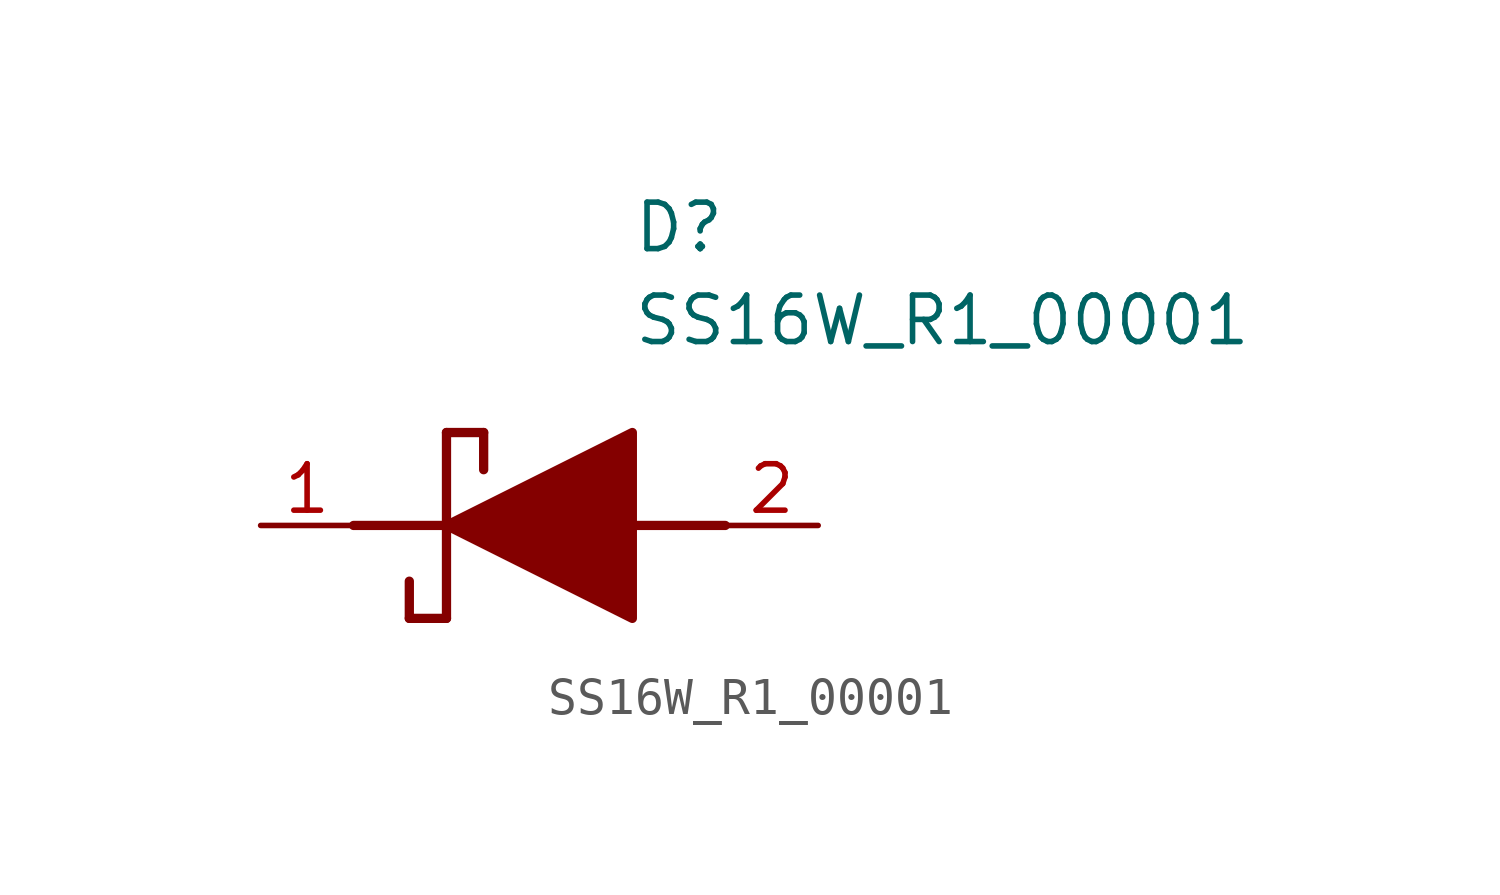
<source format=kicad_sym>
(kicad_symbol_lib
  (version 20211014)
  (generator SamacSys_ECAD_Model)
  (symbol "SS16W_R1_00001"
    (pin_names hide)
    (property "Reference" "D"
      (at 12.7 8.89 0)
      (effects (font (size 1.27 1.27)) (justify left top)))
    (property "Value" "SS16W_R1_00001"
      (at 12.7 6.35 0)
      (effects (font (size 1.27 1.27)) (justify left top)))
    (polyline
      (pts (xy 7.62 2.54) (xy 7.62 -2.54))
      (stroke (width 0.254) (type default))
      (fill (type none)))
    (polyline
      (pts (xy 7.62 2.54) (xy 8.636 2.54))
      (stroke (width 0.254) (type default))
      (fill (type none)))
    (polyline
      (pts (xy 8.636 1.524) (xy 8.636 2.54))
      (stroke (width 0.254) (type default))
      (fill (type none)))
    (polyline
      (pts (xy 7.62 -2.54) (xy 6.604 -2.54))
      (stroke (width 0.254) (type default))
      (fill (type none)))
    (polyline
      (pts (xy 6.604 -1.524) (xy 6.604 -2.54))
      (stroke (width 0.254) (type default))
      (fill (type none)))
    (polyline
      (pts (xy 5.08 0) (xy 7.62 0))
      (stroke (width 0.254) (type default))
      (fill (type none)))
    (polyline
      (pts (xy 12.7 0) (xy 15.24 0))
      (stroke (width 0.254) (type default))
      (fill (type none)))
    (polyline
      (pts (xy 7.62 0) (xy 12.7 2.54) (xy 12.7 -2.54) (xy 7.62 0))
      (stroke (width 0.254) (type default))
      (fill (type outline)))
    (pin passive line
      (at 2.54 0 0)
      (length 2.54)
      (name "K" (effects (font (size 1.27 1.27))))
      (number "1" (effects (font (size 1.27 1.27)))))
    (pin passive line
      (at 17.78 0 180)
      (length 2.54)
      (name "A" (effects (font (size 1.27 1.27))))
      (number "2" (effects (font (size 1.27 1.27)))))))
</source>
